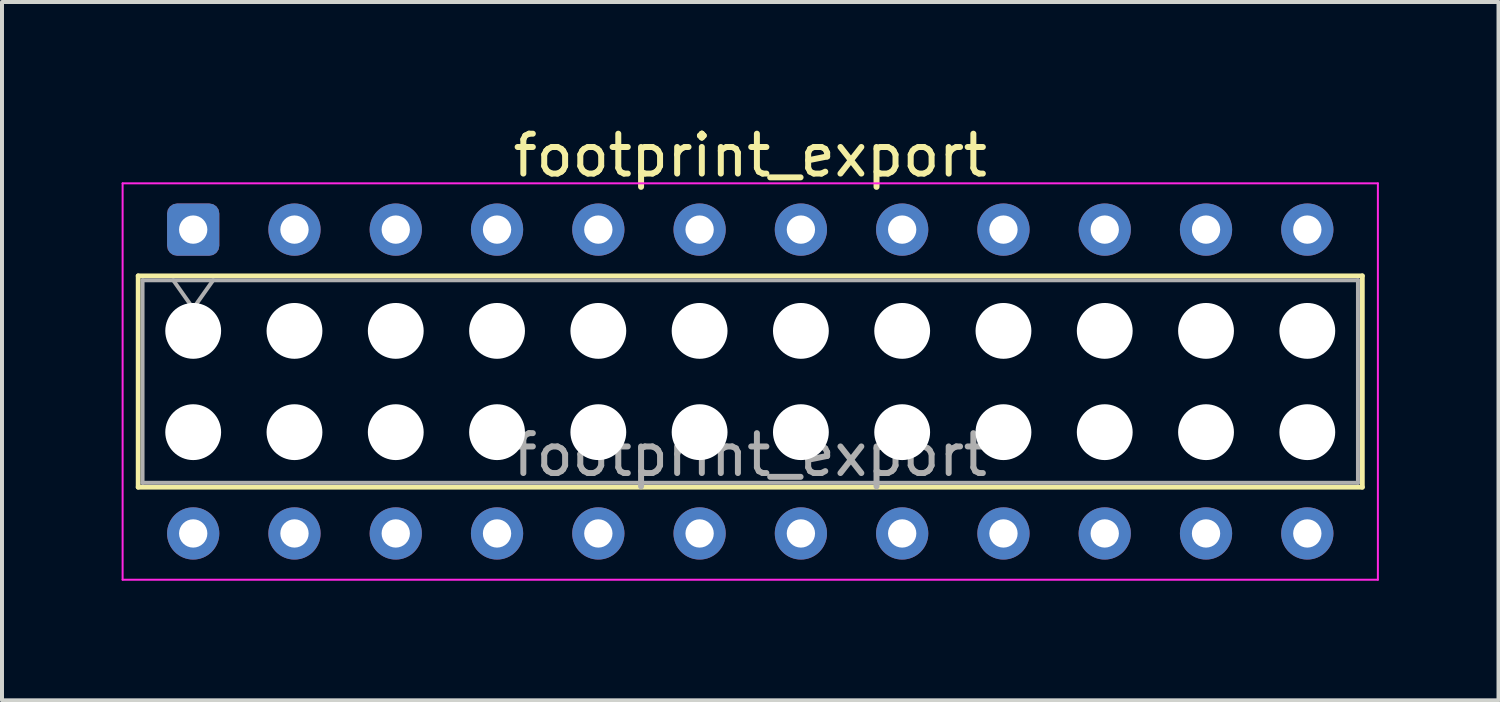
<source format=kicad_pcb>
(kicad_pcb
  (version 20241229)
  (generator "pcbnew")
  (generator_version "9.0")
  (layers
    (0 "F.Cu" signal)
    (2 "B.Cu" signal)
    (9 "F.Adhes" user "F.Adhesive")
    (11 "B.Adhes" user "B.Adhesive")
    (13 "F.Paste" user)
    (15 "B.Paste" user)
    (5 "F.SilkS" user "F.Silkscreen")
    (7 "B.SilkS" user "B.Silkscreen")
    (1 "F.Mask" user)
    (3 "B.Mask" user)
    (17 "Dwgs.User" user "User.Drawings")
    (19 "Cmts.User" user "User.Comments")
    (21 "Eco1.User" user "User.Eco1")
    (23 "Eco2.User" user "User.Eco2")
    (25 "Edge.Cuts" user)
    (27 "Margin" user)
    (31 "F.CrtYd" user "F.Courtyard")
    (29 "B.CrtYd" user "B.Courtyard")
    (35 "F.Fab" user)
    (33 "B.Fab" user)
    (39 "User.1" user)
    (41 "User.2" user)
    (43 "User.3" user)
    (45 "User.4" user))
  (footprint "footprint_export"
    (layer "F.Cu")
    (at 1.795 2.708)
    (property "Reference" "footprint_export" (at 13.97 -1.86 0) (layer "F.SilkS") (effects (font (size 1 1) (thickness 0.15))))
    (attr through_hole)
    (fp_line (start -1.38 1.16) (end 29.32 1.16) (stroke (width 0.12) (type solid)) (layer "F.SilkS"))
    (fp_line (start -1.38 6.46) (end -1.38 1.16) (stroke (width 0.12) (type solid)) (layer "F.SilkS"))
    (fp_line (start 29.32 1.16) (end 29.32 6.46) (stroke (width 0.12) (type solid)) (layer "F.SilkS"))
    (fp_line (start 29.32 6.46) (end -1.38 6.46) (stroke (width 0.12) (type solid)) (layer "F.SilkS"))
    (fp_line (start -1.77 -1.16) (end 29.71 -1.16) (stroke (width 0.05) (type solid)) (layer "F.CrtYd"))
    (fp_line (start -1.77 8.78) (end -1.77 -1.16) (stroke (width 0.05) (type solid)) (layer "F.CrtYd"))
    (fp_line (start 29.71 -1.16) (end 29.71 8.78) (stroke (width 0.05) (type solid)) (layer "F.CrtYd"))
    (fp_line (start 29.71 8.78) (end -1.77 8.78) (stroke (width 0.05) (type solid)) (layer "F.CrtYd"))
    (fp_line (start -1.27 1.27) (end 29.21 1.27) (stroke (width 0.1) (type solid)) (layer "F.Fab"))
    (fp_line (start -1.27 6.35) (end -1.27 1.27) (stroke (width 0.1) (type solid)) (layer "F.Fab"))
    (fp_line (start -0.5 1.27) (end 0 1.977) (stroke (width 0.1) (type solid)) (layer "F.Fab"))
    (fp_line (start 0 1.977) (end 0.5 1.27) (stroke (width 0.1) (type solid)) (layer "F.Fab"))
    (fp_line (start 29.21 1.27) (end 29.21 6.35) (stroke (width 0.1) (type solid)) (layer "F.Fab"))
    (fp_line (start 29.21 6.35) (end -1.27 6.35) (stroke (width 0.1) (type solid)) (layer "F.Fab"))
    (fp_text user "${REFERENCE}" (at 13.97 5.65 0) (layer "F.Fab") (effects (font (size 1 1) (thickness 0.15))))
    (pad "" np_thru_hole circle (at 0 2.54) (size 1.4 1.4) (drill 1.4) (layers "*.Cu" "*.Mask"))
    (pad "" np_thru_hole circle (at 0 5.08) (size 1.4 1.4) (drill 1.4) (layers "*.Cu" "*.Mask"))
    (pad "" np_thru_hole circle (at 2.54 2.54) (size 1.4 1.4) (drill 1.4) (layers "*.Cu" "*.Mask"))
    (pad "" np_thru_hole circle (at 2.54 5.08) (size 1.4 1.4) (drill 1.4) (layers "*.Cu" "*.Mask"))
    (pad "" np_thru_hole circle (at 5.08 2.54) (size 1.4 1.4) (drill 1.4) (layers "*.Cu" "*.Mask"))
    (pad "" np_thru_hole circle (at 5.08 5.08) (size 1.4 1.4) (drill 1.4) (layers "*.Cu" "*.Mask"))
    (pad "" np_thru_hole circle (at 7.62 2.54) (size 1.4 1.4) (drill 1.4) (layers "*.Cu" "*.Mask"))
    (pad "" np_thru_hole circle (at 7.62 5.08) (size 1.4 1.4) (drill 1.4) (layers "*.Cu" "*.Mask"))
    (pad "" np_thru_hole circle (at 10.16 2.54) (size 1.4 1.4) (drill 1.4) (layers "*.Cu" "*.Mask"))
    (pad "" np_thru_hole circle (at 10.16 5.08) (size 1.4 1.4) (drill 1.4) (layers "*.Cu" "*.Mask"))
    (pad "" np_thru_hole circle (at 12.7 2.54) (size 1.4 1.4) (drill 1.4) (layers "*.Cu" "*.Mask"))
    (pad "" np_thru_hole circle (at 12.7 5.08) (size 1.4 1.4) (drill 1.4) (layers "*.Cu" "*.Mask"))
    (pad "" np_thru_hole circle (at 15.24 2.54) (size 1.4 1.4) (drill 1.4) (layers "*.Cu" "*.Mask"))
    (pad "" np_thru_hole circle (at 15.24 5.08) (size 1.4 1.4) (drill 1.4) (layers "*.Cu" "*.Mask"))
    (pad "" np_thru_hole circle (at 17.78 2.54) (size 1.4 1.4) (drill 1.4) (layers "*.Cu" "*.Mask"))
    (pad "" np_thru_hole circle (at 17.78 5.08) (size 1.4 1.4) (drill 1.4) (layers "*.Cu" "*.Mask"))
    (pad "" np_thru_hole circle (at 20.32 2.54) (size 1.4 1.4) (drill 1.4) (layers "*.Cu" "*.Mask"))
    (pad "" np_thru_hole circle (at 20.32 5.08) (size 1.4 1.4) (drill 1.4) (layers "*.Cu" "*.Mask"))
    (pad "" np_thru_hole circle (at 22.86 2.54) (size 1.4 1.4) (drill 1.4) (layers "*.Cu" "*.Mask"))
    (pad "" np_thru_hole circle (at 22.86 5.08) (size 1.4 1.4) (drill 1.4) (layers "*.Cu" "*.Mask"))
    (pad "" np_thru_hole circle (at 25.4 2.54) (size 1.4 1.4) (drill 1.4) (layers "*.Cu" "*.Mask"))
    (pad "" np_thru_hole circle (at 25.4 5.08) (size 1.4 1.4) (drill 1.4) (layers "*.Cu" "*.Mask"))
    (pad "" np_thru_hole circle (at 27.94 2.54) (size 1.4 1.4) (drill 1.4) (layers "*.Cu" "*.Mask"))
    (pad "" np_thru_hole circle (at 27.94 5.08) (size 1.4 1.4) (drill 1.4) (layers "*.Cu" "*.Mask"))
    (pad "1" thru_hole roundrect (at 0 0) (size 1.31 1.31) (drill 0.71) (layers "*.Cu" "*.Mask") (roundrect_rratio 0.191))
    (pad "2" thru_hole circle (at 0 7.62) (size 1.31 1.31) (drill 0.71) (layers "*.Cu" "*.Mask"))
    (pad "3" thru_hole circle (at 2.54 0) (size 1.31 1.31) (drill 0.71) (layers "*.Cu" "*.Mask"))
    (pad "4" thru_hole circle (at 2.54 7.62) (size 1.31 1.31) (drill 0.71) (layers "*.Cu" "*.Mask"))
    (pad "5" thru_hole circle (at 5.08 0) (size 1.31 1.31) (drill 0.71) (layers "*.Cu" "*.Mask"))
    (pad "6" thru_hole circle (at 5.08 7.62) (size 1.31 1.31) (drill 0.71) (layers "*.Cu" "*.Mask"))
    (pad "7" thru_hole circle (at 7.62 0) (size 1.31 1.31) (drill 0.71) (layers "*.Cu" "*.Mask"))
    (pad "8" thru_hole circle (at 7.62 7.62) (size 1.31 1.31) (drill 0.71) (layers "*.Cu" "*.Mask"))
    (pad "9" thru_hole circle (at 10.16 0) (size 1.31 1.31) (drill 0.71) (layers "*.Cu" "*.Mask"))
    (pad "10" thru_hole circle (at 10.16 7.62) (size 1.31 1.31) (drill 0.71) (layers "*.Cu" "*.Mask"))
    (pad "11" thru_hole circle (at 12.7 0) (size 1.31 1.31) (drill 0.71) (layers "*.Cu" "*.Mask"))
    (pad "12" thru_hole circle (at 12.7 7.62) (size 1.31 1.31) (drill 0.71) (layers "*.Cu" "*.Mask"))
    (pad "13" thru_hole circle (at 15.24 0) (size 1.31 1.31) (drill 0.71) (layers "*.Cu" "*.Mask"))
    (pad "14" thru_hole circle (at 15.24 7.62) (size 1.31 1.31) (drill 0.71) (layers "*.Cu" "*.Mask"))
    (pad "15" thru_hole circle (at 17.78 0) (size 1.31 1.31) (drill 0.71) (layers "*.Cu" "*.Mask"))
    (pad "16" thru_hole circle (at 17.78 7.62) (size 1.31 1.31) (drill 0.71) (layers "*.Cu" "*.Mask"))
    (pad "17" thru_hole circle (at 20.32 0) (size 1.31 1.31) (drill 0.71) (layers "*.Cu" "*.Mask"))
    (pad "18" thru_hole circle (at 20.32 7.62) (size 1.31 1.31) (drill 0.71) (layers "*.Cu" "*.Mask"))
    (pad "19" thru_hole circle (at 22.86 0) (size 1.31 1.31) (drill 0.71) (layers "*.Cu" "*.Mask"))
    (pad "20" thru_hole circle (at 22.86 7.62) (size 1.31 1.31) (drill 0.71) (layers "*.Cu" "*.Mask"))
    (pad "21" thru_hole circle (at 25.4 0) (size 1.31 1.31) (drill 0.71) (layers "*.Cu" "*.Mask"))
    (pad "22" thru_hole circle (at 25.4 7.62) (size 1.31 1.31) (drill 0.71) (layers "*.Cu" "*.Mask"))
    (pad "23" thru_hole circle (at 27.94 0) (size 1.31 1.31) (drill 0.71) (layers "*.Cu" "*.Mask"))
    (pad "24" thru_hole circle (at 27.94 7.62) (size 1.31 1.31) (drill 0.71) (layers "*.Cu" "*.Mask")))
  (gr_rect
    (start -3 -3)
    (end 34.53 14.513)
    (stroke (width 0.1) (type default))
    (fill no)
    (layer "Edge.Cuts")))
</source>
